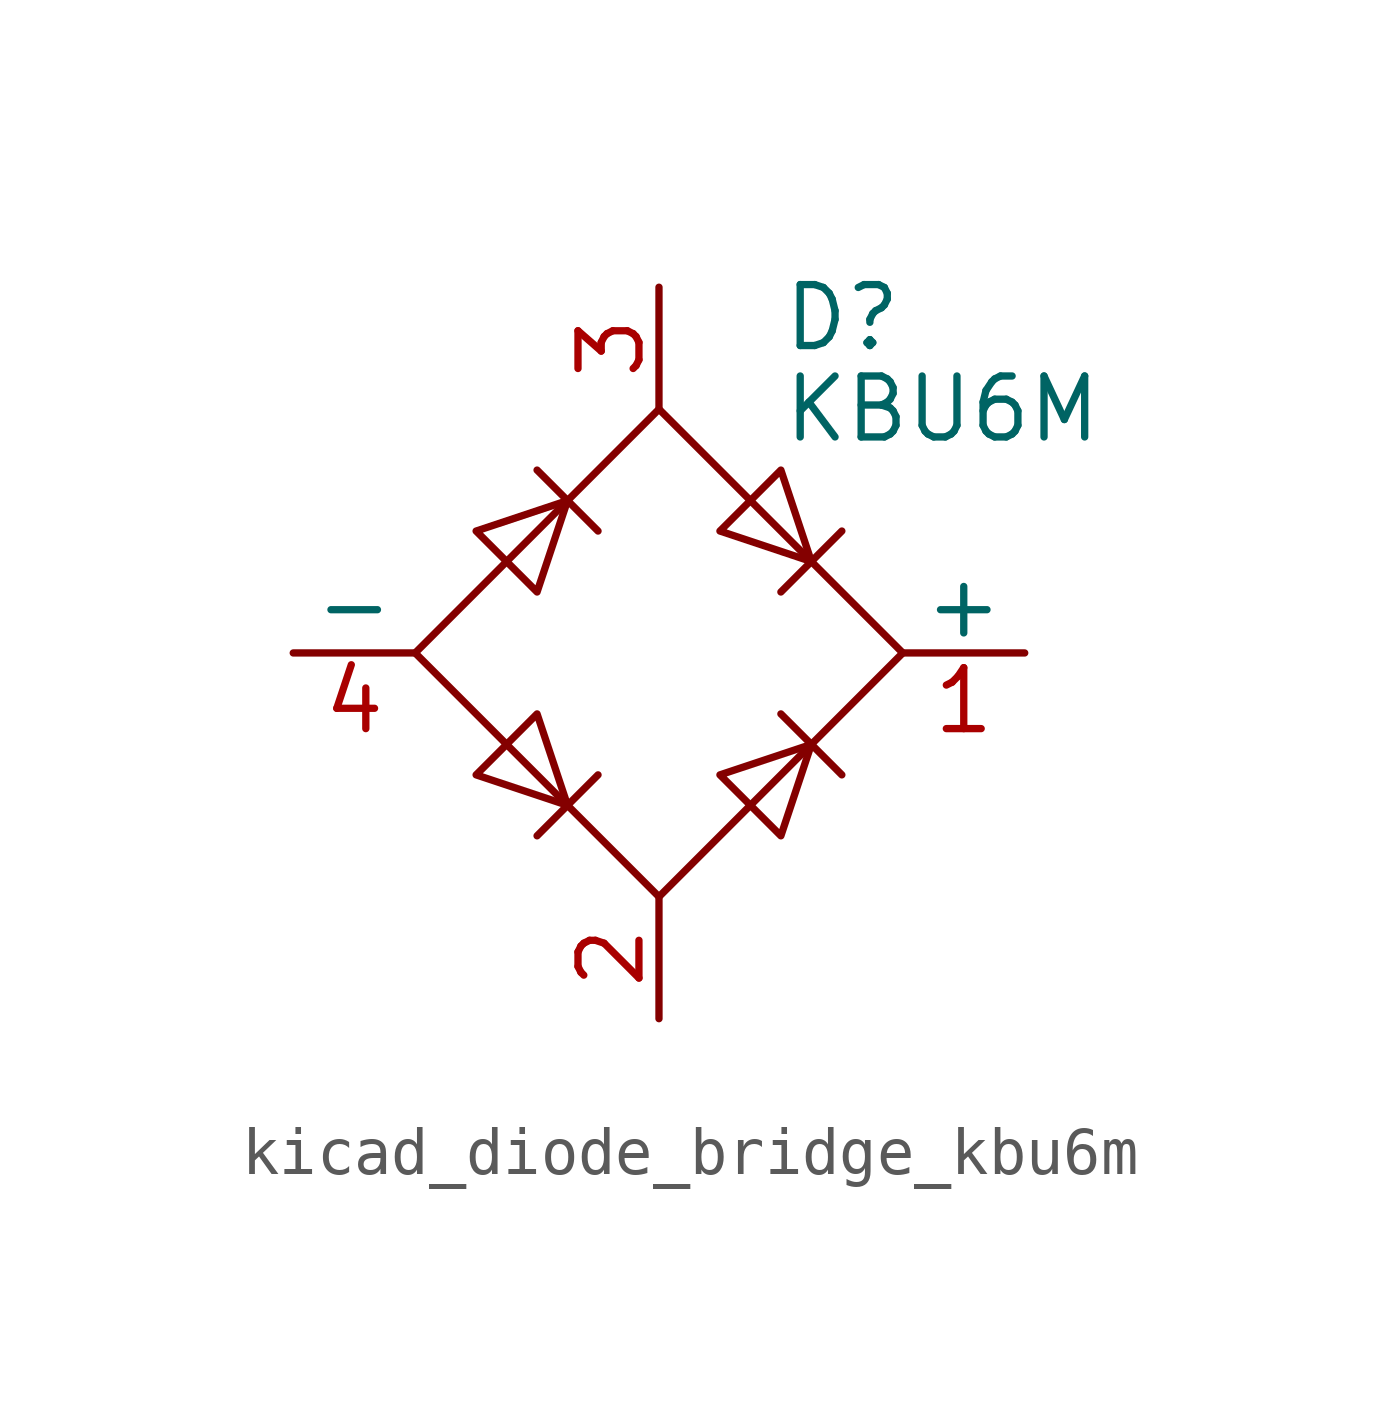
<source format=kicad_sym>
(kicad_symbol_lib
  (version 20220914)
  (generator kicad_symbol_editor)
  (symbol "kicad_diode_bridge_kbu6m"
    (pin_names
      (offset 0))
    (property "Reference" "D"
      (at 2.54 6.985 0)
      (effects (font (size 1.27 1.27)) (justify left)))
    (property "Value" "KBU6M"
      (at 2.54 5.08 0)
      (effects (font (size 1.27 1.27)) (justify left)))
    (symbol "kicad_diode_bridge_kbu6m_0_1"
      (polyline (pts (xy -2.54 3.81) (xy -1.27 2.54)) (stroke (width 0) (type default)) (fill (type none)))
      (polyline (pts (xy -1.27 -2.54) (xy -2.54 -3.81)) (stroke (width 0) (type default)) (fill (type none)))
      (polyline (pts (xy 2.54 -1.27) (xy 3.81 -2.54)) (stroke (width 0) (type default)) (fill (type none)))
      (polyline (pts (xy 2.54 1.27) (xy 3.81 2.54)) (stroke (width 0) (type default)) (fill (type none)))
      (polyline (pts (xy -3.81 2.54) (xy -2.54 1.27) (xy -1.905 3.175) (xy -3.81 2.54)) (stroke (width 0) (type default)) (fill (type none)))
      (polyline (pts (xy -2.54 -1.27) (xy -3.81 -2.54) (xy -1.905 -3.175) (xy -2.54 -1.27)) (stroke (width 0) (type default)) (fill (type none)))
      (polyline (pts (xy 1.27 2.54) (xy 2.54 3.81) (xy 3.175 1.905) (xy 1.27 2.54)) (stroke (width 0) (type default)) (fill (type none)))
      (polyline (pts (xy 3.175 -1.905) (xy 1.27 -2.54) (xy 2.54 -3.81) (xy 3.175 -1.905)) (stroke (width 0) (type default)) (fill (type none)))
      (polyline (pts (xy -5.08 0) (xy 0 -5.08) (xy 5.08 0) (xy 0 5.08) (xy -5.08 0)) (stroke (width 0) (type default)) (fill (type none))))
    (symbol "kicad_diode_bridge_kbu6m_1_1"
      (pin passive line (at 7.62 0 180) (length 2.54) (name "+" (effects (font (size 1.27 1.27)))) (number "1" (effects (font (size 1.27 1.27)))))
      (pin passive line (at 0 -7.62 90) (length 2.54) (name "~" (effects (font (size 1.27 1.27)))) (number "2" (effects (font (size 1.27 1.27)))))
      (pin passive line (at 0 7.62 270) (length 2.54) (name "~" (effects (font (size 1.27 1.27)))) (number "3" (effects (font (size 1.27 1.27)))))
      (pin passive line (at -7.62 0 0) (length 2.54) (name "-" (effects (font (size 1.27 1.27)))) (number "4" (effects (font (size 1.27 1.27))))))))
</source>
